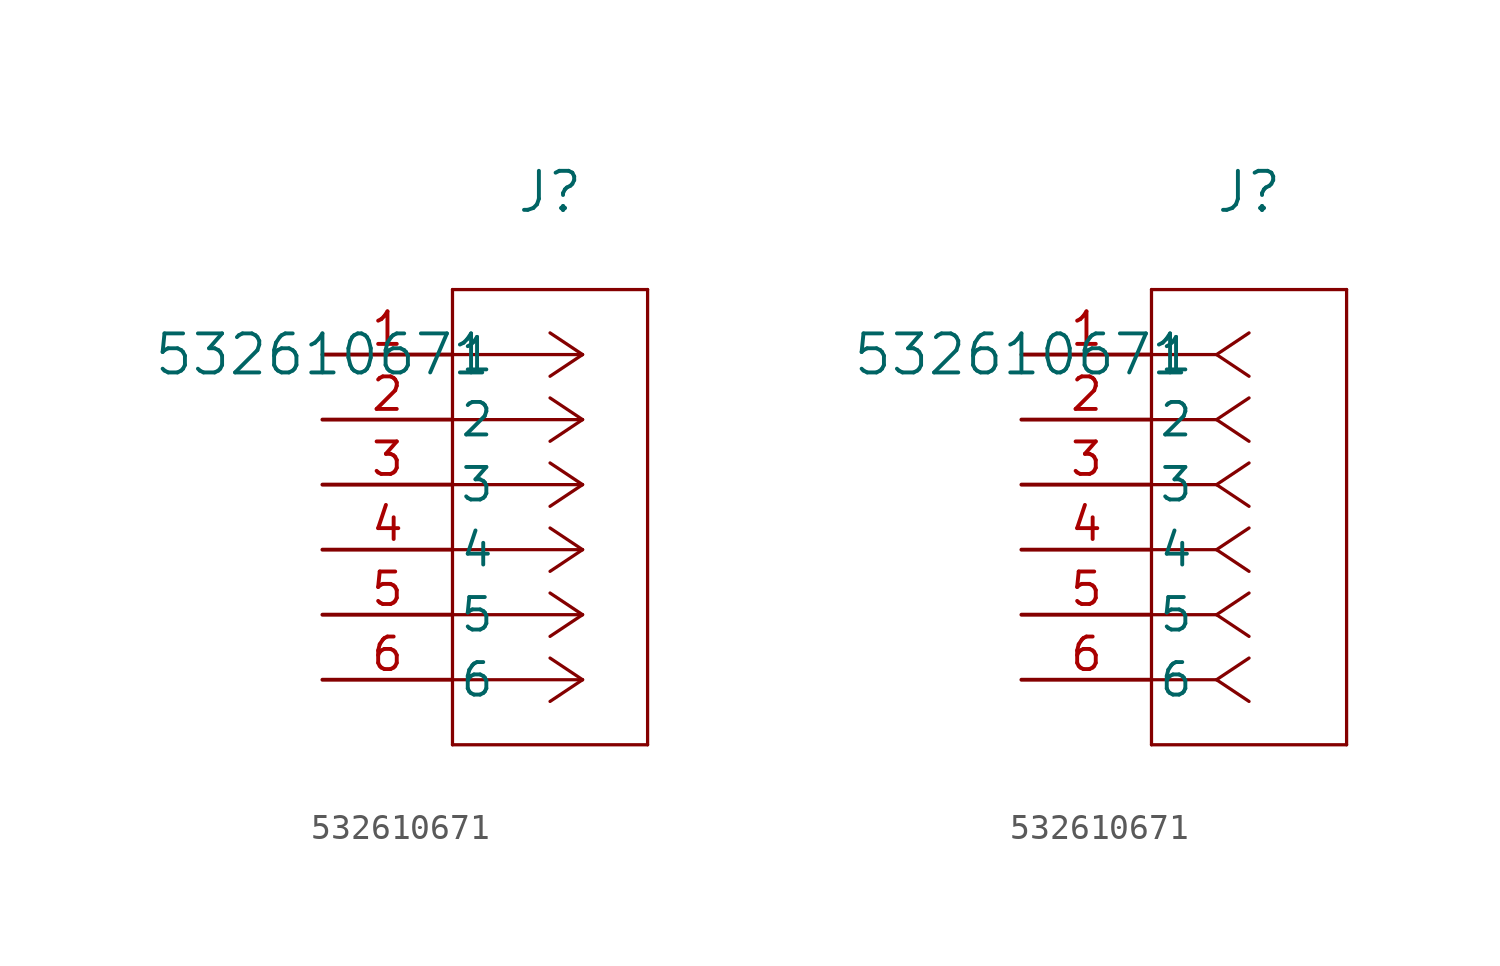
<source format=kicad_sym>
(kicad_symbol_lib
  (version 20211014)
  (generator kicad_symbol_editor)
  (symbol "532610671"
    (pin_names
      (offset 0.254))
    (property "Reference" "J"
      (at 8.89 6.35 0)
      (effects (font (size 1.524 1.524))))
    (property "Value" "532610671"
      (at 0 0 0)
      (effects (font (size 1.524 1.524))))
    (symbol "532610671_1_1"
      (polyline (pts (xy 10.16 0) (xy 5.08 0)) (stroke (width 0.127) (type default) (color 0 0 0 0)) (fill (type none)))
      (polyline (pts (xy 10.16 -2.54) (xy 5.08 -2.54)) (stroke (width 0.127) (type default) (color 0 0 0 0)) (fill (type none)))
      (polyline (pts (xy 10.16 -5.08) (xy 5.08 -5.08)) (stroke (width 0.127) (type default) (color 0 0 0 0)) (fill (type none)))
      (polyline (pts (xy 10.16 -7.62) (xy 5.08 -7.62)) (stroke (width 0.127) (type default) (color 0 0 0 0)) (fill (type none)))
      (polyline (pts (xy 10.16 -10.16) (xy 5.08 -10.16)) (stroke (width 0.127) (type default) (color 0 0 0 0)) (fill (type none)))
      (polyline (pts (xy 10.16 -12.7) (xy 5.08 -12.7)) (stroke (width 0.127) (type default) (color 0 0 0 0)) (fill (type none)))
      (polyline (pts (xy 10.16 0) (xy 8.89 0.847)) (stroke (width 0.127) (type default) (color 0 0 0 0)) (fill (type none)))
      (polyline (pts (xy 10.16 -2.54) (xy 8.89 -1.693)) (stroke (width 0.127) (type default) (color 0 0 0 0)) (fill (type none)))
      (polyline (pts (xy 10.16 -5.08) (xy 8.89 -4.233)) (stroke (width 0.127) (type default) (color 0 0 0 0)) (fill (type none)))
      (polyline (pts (xy 10.16 -7.62) (xy 8.89 -6.773)) (stroke (width 0.127) (type default) (color 0 0 0 0)) (fill (type none)))
      (polyline (pts (xy 10.16 -10.16) (xy 8.89 -9.313)) (stroke (width 0.127) (type default) (color 0 0 0 0)) (fill (type none)))
      (polyline (pts (xy 10.16 -12.7) (xy 8.89 -11.853)) (stroke (width 0.127) (type default) (color 0 0 0 0)) (fill (type none)))
      (polyline (pts (xy 10.16 0) (xy 8.89 -0.847)) (stroke (width 0.127) (type default) (color 0 0 0 0)) (fill (type none)))
      (polyline (pts (xy 10.16 -2.54) (xy 8.89 -3.387)) (stroke (width 0.127) (type default) (color 0 0 0 0)) (fill (type none)))
      (polyline (pts (xy 10.16 -5.08) (xy 8.89 -5.927)) (stroke (width 0.127) (type default) (color 0 0 0 0)) (fill (type none)))
      (polyline (pts (xy 10.16 -7.62) (xy 8.89 -8.467)) (stroke (width 0.127) (type default) (color 0 0 0 0)) (fill (type none)))
      (polyline (pts (xy 10.16 -10.16) (xy 8.89 -11.007)) (stroke (width 0.127) (type default) (color 0 0 0 0)) (fill (type none)))
      (polyline (pts (xy 10.16 -12.7) (xy 8.89 -13.547)) (stroke (width 0.127) (type default) (color 0 0 0 0)) (fill (type none)))
      (polyline (pts (xy 5.08 2.54) (xy 5.08 -15.24)) (stroke (width 0.127) (type default) (color 0 0 0 0)) (fill (type none)))
      (polyline (pts (xy 5.08 -15.24) (xy 12.7 -15.24)) (stroke (width 0.127) (type default) (color 0 0 0 0)) (fill (type none)))
      (polyline (pts (xy 12.7 -15.24) (xy 12.7 2.54)) (stroke (width 0.127) (type default) (color 0 0 0 0)) (fill (type none)))
      (polyline (pts (xy 12.7 2.54) (xy 5.08 2.54)) (stroke (width 0.127) (type default) (color 0 0 0 0)) (fill (type none)))
      (pin unspecified line (at 0 0 0) (length 5.08) (name "1" (effects (font (size 1.27 1.27)))) (number "1" (effects (font (size 1.27 1.27)))))
      (pin unspecified line (at 0 -2.54 0) (length 5.08) (name "2" (effects (font (size 1.27 1.27)))) (number "2" (effects (font (size 1.27 1.27)))))
      (pin unspecified line (at 0 -5.08 0) (length 5.08) (name "3" (effects (font (size 1.27 1.27)))) (number "3" (effects (font (size 1.27 1.27)))))
      (pin unspecified line (at 0 -7.62 0) (length 5.08) (name "4" (effects (font (size 1.27 1.27)))) (number "4" (effects (font (size 1.27 1.27)))))
      (pin unspecified line (at 0 -10.16 0) (length 5.08) (name "5" (effects (font (size 1.27 1.27)))) (number "5" (effects (font (size 1.27 1.27)))))
      (pin unspecified line (at 0 -12.7 0) (length 5.08) (name "6" (effects (font (size 1.27 1.27)))) (number "6" (effects (font (size 1.27 1.27))))))
    (symbol "532610671_1_2"
      (polyline (pts (xy 7.62 0) (xy 5.08 0)) (stroke (width 0.127) (type default) (color 0 0 0 0)) (fill (type none)))
      (polyline (pts (xy 7.62 -2.54) (xy 5.08 -2.54)) (stroke (width 0.127) (type default) (color 0 0 0 0)) (fill (type none)))
      (polyline (pts (xy 7.62 -5.08) (xy 5.08 -5.08)) (stroke (width 0.127) (type default) (color 0 0 0 0)) (fill (type none)))
      (polyline (pts (xy 7.62 -7.62) (xy 5.08 -7.62)) (stroke (width 0.127) (type default) (color 0 0 0 0)) (fill (type none)))
      (polyline (pts (xy 7.62 -10.16) (xy 5.08 -10.16)) (stroke (width 0.127) (type default) (color 0 0 0 0)) (fill (type none)))
      (polyline (pts (xy 7.62 -12.7) (xy 5.08 -12.7)) (stroke (width 0.127) (type default) (color 0 0 0 0)) (fill (type none)))
      (polyline (pts (xy 7.62 0) (xy 8.89 0.847)) (stroke (width 0.127) (type default) (color 0 0 0 0)) (fill (type none)))
      (polyline (pts (xy 7.62 -2.54) (xy 8.89 -1.693)) (stroke (width 0.127) (type default) (color 0 0 0 0)) (fill (type none)))
      (polyline (pts (xy 7.62 -5.08) (xy 8.89 -4.233)) (stroke (width 0.127) (type default) (color 0 0 0 0)) (fill (type none)))
      (polyline (pts (xy 7.62 -7.62) (xy 8.89 -6.773)) (stroke (width 0.127) (type default) (color 0 0 0 0)) (fill (type none)))
      (polyline (pts (xy 7.62 -10.16) (xy 8.89 -9.313)) (stroke (width 0.127) (type default) (color 0 0 0 0)) (fill (type none)))
      (polyline (pts (xy 7.62 -12.7) (xy 8.89 -11.853)) (stroke (width 0.127) (type default) (color 0 0 0 0)) (fill (type none)))
      (polyline (pts (xy 7.62 0) (xy 8.89 -0.847)) (stroke (width 0.127) (type default) (color 0 0 0 0)) (fill (type none)))
      (polyline (pts (xy 7.62 -2.54) (xy 8.89 -3.387)) (stroke (width 0.127) (type default) (color 0 0 0 0)) (fill (type none)))
      (polyline (pts (xy 7.62 -5.08) (xy 8.89 -5.927)) (stroke (width 0.127) (type default) (color 0 0 0 0)) (fill (type none)))
      (polyline (pts (xy 7.62 -7.62) (xy 8.89 -8.467)) (stroke (width 0.127) (type default) (color 0 0 0 0)) (fill (type none)))
      (polyline (pts (xy 7.62 -10.16) (xy 8.89 -11.007)) (stroke (width 0.127) (type default) (color 0 0 0 0)) (fill (type none)))
      (polyline (pts (xy 7.62 -12.7) (xy 8.89 -13.547)) (stroke (width 0.127) (type default) (color 0 0 0 0)) (fill (type none)))
      (polyline (pts (xy 5.08 2.54) (xy 5.08 -15.24)) (stroke (width 0.127) (type default) (color 0 0 0 0)) (fill (type none)))
      (polyline (pts (xy 5.08 -15.24) (xy 12.7 -15.24)) (stroke (width 0.127) (type default) (color 0 0 0 0)) (fill (type none)))
      (polyline (pts (xy 12.7 -15.24) (xy 12.7 2.54)) (stroke (width 0.127) (type default) (color 0 0 0 0)) (fill (type none)))
      (polyline (pts (xy 12.7 2.54) (xy 5.08 2.54)) (stroke (width 0.127) (type default) (color 0 0 0 0)) (fill (type none)))
      (pin unspecified line (at 0 0 0) (length 5.08) (name "1" (effects (font (size 1.27 1.27)))) (number "1" (effects (font (size 1.27 1.27)))))
      (pin unspecified line (at 0 -2.54 0) (length 5.08) (name "2" (effects (font (size 1.27 1.27)))) (number "2" (effects (font (size 1.27 1.27)))))
      (pin unspecified line (at 0 -5.08 0) (length 5.08) (name "3" (effects (font (size 1.27 1.27)))) (number "3" (effects (font (size 1.27 1.27)))))
      (pin unspecified line (at 0 -7.62 0) (length 5.08) (name "4" (effects (font (size 1.27 1.27)))) (number "4" (effects (font (size 1.27 1.27)))))
      (pin unspecified line (at 0 -10.16 0) (length 5.08) (name "5" (effects (font (size 1.27 1.27)))) (number "5" (effects (font (size 1.27 1.27)))))
      (pin unspecified line (at 0 -12.7 0) (length 5.08) (name "6" (effects (font (size 1.27 1.27)))) (number "6" (effects (font (size 1.27 1.27))))))))
</source>
